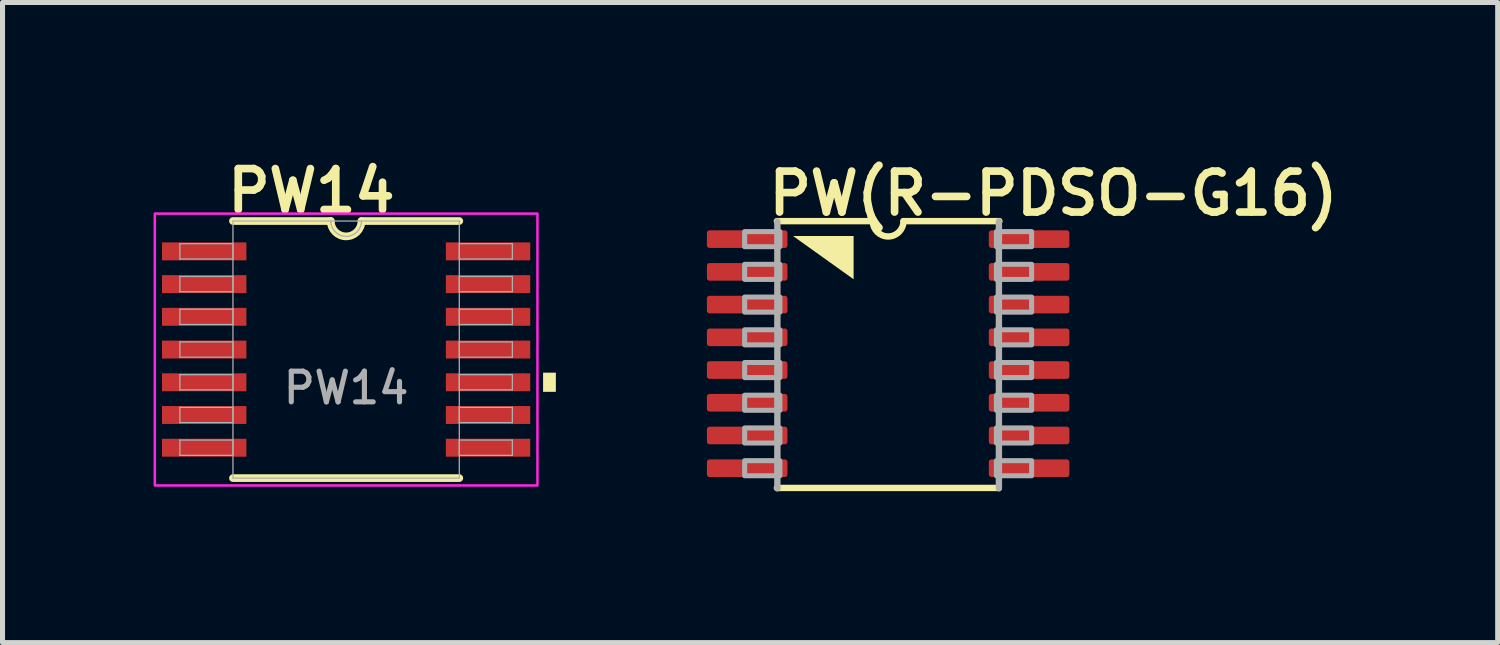
<source format=kicad_pcb>
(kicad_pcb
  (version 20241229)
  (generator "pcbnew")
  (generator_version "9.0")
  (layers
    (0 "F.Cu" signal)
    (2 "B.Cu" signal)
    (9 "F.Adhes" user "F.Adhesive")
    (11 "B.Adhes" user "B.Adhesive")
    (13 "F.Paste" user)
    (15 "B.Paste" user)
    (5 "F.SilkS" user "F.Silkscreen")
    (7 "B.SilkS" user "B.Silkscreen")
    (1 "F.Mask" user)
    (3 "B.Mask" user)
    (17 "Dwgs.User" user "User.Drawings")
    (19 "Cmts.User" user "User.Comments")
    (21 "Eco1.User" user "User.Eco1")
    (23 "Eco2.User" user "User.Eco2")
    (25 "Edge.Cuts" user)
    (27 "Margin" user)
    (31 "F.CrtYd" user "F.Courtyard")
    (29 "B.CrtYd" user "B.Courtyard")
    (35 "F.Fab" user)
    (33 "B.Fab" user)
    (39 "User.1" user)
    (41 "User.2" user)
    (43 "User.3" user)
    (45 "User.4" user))
  (footprint "PW(R-PDSO-G16)"
    (layer "F.Cu")
    (at 14.591 4)
    (property "Reference" "PW(R-PDSO-G16)" (at -2.45 -2.731 0) (layer "F.SilkS") (effects (font (size 0.813 0.813) (thickness 0.152) (bold yes)) (justify left bottom)))
    (attr smd)
    (fp_line (start -0.305 -2.658) (end -2.21 -2.658) (stroke (width 0.127) (type solid)) (layer "F.SilkS"))
    (fp_line (start 2.195 2.642) (end -2.21 2.642) (stroke (width 0.127) (type solid)) (layer "F.SilkS"))
    (fp_line (start 2.21 -2.658) (end 0.305 -2.658) (stroke (width 0.127) (type solid)) (layer "F.SilkS"))
    (fp_arc (start 0.3048 -2.6578) (mid 0 -2.353) (end -0.3048 -2.6578) (stroke (width 0.127) (type solid)) (layer "F.SilkS"))
    (fp_poly (pts (xy -0.686 -1.503) (xy -1.889 -2.362) (xy -0.686 -2.362)) (stroke (width 0) (type default)) (fill yes) (layer "F.SilkS"))
    (fp_line (start -2.2 2.65) (end -2.2 -2.65) (stroke (width 0.127) (type solid)) (layer "F.Fab"))
    (fp_line (start 2.2 2.65) (end 2.2 -2.65) (stroke (width 0.127) (type solid)) (layer "F.Fab"))
    (fp_poly (pts (xy -2.85 -2.15) (xy -2.15 -2.15) (xy -2.15 -2.45) (xy -2.85 -2.45)) (stroke (width 0.1) (type default)) (fill no) (layer "F.Fab"))
    (fp_poly (pts (xy -2.85 -1.5) (xy -2.15 -1.5) (xy -2.15 -1.8) (xy -2.85 -1.8)) (stroke (width 0.1) (type default)) (fill no) (layer "F.Fab"))
    (fp_poly (pts (xy -2.85 -0.85) (xy -2.15 -0.85) (xy -2.15 -1.15) (xy -2.85 -1.15)) (stroke (width 0.1) (type default)) (fill no) (layer "F.Fab"))
    (fp_poly (pts (xy -2.85 -0.2) (xy -2.15 -0.2) (xy -2.15 -0.5) (xy -2.85 -0.5)) (stroke (width 0.1) (type default)) (fill no) (layer "F.Fab"))
    (fp_poly (pts (xy -2.85 0.45) (xy -2.15 0.45) (xy -2.15 0.15) (xy -2.85 0.15)) (stroke (width 0.1) (type default)) (fill no) (layer "F.Fab"))
    (fp_poly (pts (xy -2.85 1.1) (xy -2.15 1.1) (xy -2.15 0.8) (xy -2.85 0.8)) (stroke (width 0.1) (type default)) (fill no) (layer "F.Fab"))
    (fp_poly (pts (xy -2.85 1.75) (xy -2.15 1.75) (xy -2.15 1.45) (xy -2.85 1.45)) (stroke (width 0.1) (type default)) (fill no) (layer "F.Fab"))
    (fp_poly (pts (xy -2.85 2.4) (xy -2.15 2.4) (xy -2.15 2.1) (xy -2.85 2.1)) (stroke (width 0.1) (type default)) (fill no) (layer "F.Fab"))
    (fp_poly (pts (xy 2.15 -2.15) (xy 2.85 -2.15) (xy 2.85 -2.45) (xy 2.15 -2.45)) (stroke (width 0.1) (type default)) (fill no) (layer "F.Fab"))
    (fp_poly (pts (xy 2.15 -1.5) (xy 2.85 -1.5) (xy 2.85 -1.8) (xy 2.15 -1.8)) (stroke (width 0.1) (type default)) (fill no) (layer "F.Fab"))
    (fp_poly (pts (xy 2.15 -0.85) (xy 2.85 -0.85) (xy 2.85 -1.15) (xy 2.15 -1.15)) (stroke (width 0.1) (type default)) (fill no) (layer "F.Fab"))
    (fp_poly (pts (xy 2.15 -0.2) (xy 2.85 -0.2) (xy 2.85 -0.5) (xy 2.15 -0.5)) (stroke (width 0.1) (type default)) (fill no) (layer "F.Fab"))
    (fp_poly (pts (xy 2.15 0.45) (xy 2.85 0.45) (xy 2.85 0.15) (xy 2.15 0.15)) (stroke (width 0.1) (type default)) (fill no) (layer "F.Fab"))
    (fp_poly (pts (xy 2.15 1.1) (xy 2.85 1.1) (xy 2.85 0.8) (xy 2.15 0.8)) (stroke (width 0.1) (type default)) (fill no) (layer "F.Fab"))
    (fp_poly (pts (xy 2.15 1.75) (xy 2.85 1.75) (xy 2.85 1.45) (xy 2.15 1.45)) (stroke (width 0.1) (type default)) (fill no) (layer "F.Fab"))
    (fp_poly (pts (xy 2.15 2.4) (xy 2.85 2.4) (xy 2.85 2.1) (xy 2.15 2.1)) (stroke (width 0.1) (type default)) (fill no) (layer "F.Fab"))
    (pad "1" smd roundrect (at -2.8 -2.3) (size 1.6 0.35) (layers "F.Cu" "F.Mask" "F.Paste") (roundrect_rratio 0.145))
    (pad "2" smd roundrect (at -2.8 -1.65) (size 1.6 0.35) (layers "F.Cu" "F.Mask" "F.Paste") (roundrect_rratio 0.145))
    (pad "3" smd roundrect (at -2.8 -1) (size 1.6 0.35) (layers "F.Cu" "F.Mask" "F.Paste") (roundrect_rratio 0.145))
    (pad "4" smd roundrect (at -2.8 -0.35) (size 1.6 0.35) (layers "F.Cu" "F.Mask" "F.Paste") (roundrect_rratio 0.145))
    (pad "5" smd roundrect (at -2.8 0.3) (size 1.6 0.35) (layers "F.Cu" "F.Mask" "F.Paste") (roundrect_rratio 0.145))
    (pad "6" smd roundrect (at -2.8 0.95) (size 1.6 0.35) (layers "F.Cu" "F.Mask" "F.Paste") (roundrect_rratio 0.145))
    (pad "7" smd roundrect (at -2.8 1.6) (size 1.6 0.35) (layers "F.Cu" "F.Mask" "F.Paste") (roundrect_rratio 0.145))
    (pad "8" smd roundrect (at -2.8 2.25) (size 1.6 0.35) (layers "F.Cu" "F.Mask" "F.Paste") (roundrect_rratio 0.145))
    (pad "9" smd roundrect (at 2.8 2.25) (size 1.6 0.35) (layers "F.Cu" "F.Mask" "F.Paste") (roundrect_rratio 0.145))
    (pad "10" smd roundrect (at 2.8 1.6) (size 1.6 0.35) (layers "F.Cu" "F.Mask" "F.Paste") (roundrect_rratio 0.145))
    (pad "11" smd roundrect (at 2.8 0.95) (size 1.6 0.35) (layers "F.Cu" "F.Mask" "F.Paste") (roundrect_rratio 0.145))
    (pad "12" smd roundrect (at 2.8 0.3) (size 1.6 0.35) (layers "F.Cu" "F.Mask" "F.Paste") (roundrect_rratio 0.145))
    (pad "13" smd roundrect (at 2.8 -0.35) (size 1.6 0.35) (layers "F.Cu" "F.Mask" "F.Paste") (roundrect_rratio 0.145))
    (pad "14" smd roundrect (at 2.8 -1) (size 1.6 0.35) (layers "F.Cu" "F.Mask" "F.Paste") (roundrect_rratio 0.145))
    (pad "15" smd roundrect (at 2.8 -1.65) (size 1.6 0.35) (layers "F.Cu" "F.Mask" "F.Paste") (roundrect_rratio 0.145))
    (pad "16" smd roundrect (at 2.8 -2.3) (size 1.6 0.35) (layers "F.Cu" "F.Mask" "F.Paste") (roundrect_rratio 0.145)))
  (footprint "PW14"
    (layer "F.Cu")
    (at 3.825 3.893)
    (property "Reference" "PW14" (at -0.69 -3.15 0) (unlocked yes) (layer "F.SilkS") (effects (font (size 0.813 0.813) (thickness 0.152) (bold yes))))
    (attr smd)
    (fp_line (start -2.248 2.553) (end 2.248 2.553) (stroke (width 0.152) (type solid)) (layer "F.SilkS"))
    (fp_line (start -0.305 -2.553) (end -2.248 -2.553) (stroke (width 0.152) (type solid)) (layer "F.SilkS"))
    (fp_line (start 2.248 -2.553) (end 0.305 -2.553) (stroke (width 0.152) (type solid)) (layer "F.SilkS"))
    (fp_arc (start 0.3048 -2.5527) (mid 0 -2.2479) (end -0.3048 -2.5527) (stroke (width 0.1524) (type solid)) (layer "F.SilkS"))
    (fp_poly (pts (xy 4.166 0.459) (xy 4.166 0.84) (xy 3.912 0.84) (xy 3.912 0.459)) (stroke (width 0) (type solid)) (fill yes) (layer "F.SilkS"))
    (fp_rect (start -3.8 -2.7) (end 3.8 2.7) (stroke (width 0.05) (type default)) (fill no) (layer "F.CrtYd"))
    (fp_line (start -3.302 -2.102) (end -3.302 -1.798) (stroke (width 0.025) (type solid)) (layer "F.Fab"))
    (fp_line (start -3.302 -1.798) (end -2.248 -1.798) (stroke (width 0.025) (type solid)) (layer "F.Fab"))
    (fp_line (start -3.302 -1.452) (end -3.302 -1.148) (stroke (width 0.025) (type solid)) (layer "F.Fab"))
    (fp_line (start -3.302 -1.148) (end -2.248 -1.148) (stroke (width 0.025) (type solid)) (layer "F.Fab"))
    (fp_line (start -3.302 -0.802) (end -3.302 -0.498) (stroke (width 0.025) (type solid)) (layer "F.Fab"))
    (fp_line (start -3.302 -0.498) (end -2.248 -0.498) (stroke (width 0.025) (type solid)) (layer "F.Fab"))
    (fp_line (start -3.302 -0.152) (end -3.302 0.152) (stroke (width 0.025) (type solid)) (layer "F.Fab"))
    (fp_line (start -3.302 0.152) (end -2.248 0.152) (stroke (width 0.025) (type solid)) (layer "F.Fab"))
    (fp_line (start -3.302 0.498) (end -3.302 0.802) (stroke (width 0.025) (type solid)) (layer "F.Fab"))
    (fp_line (start -3.302 0.802) (end -2.248 0.802) (stroke (width 0.025) (type solid)) (layer "F.Fab"))
    (fp_line (start -3.302 1.148) (end -3.302 1.452) (stroke (width 0.025) (type solid)) (layer "F.Fab"))
    (fp_line (start -3.302 1.452) (end -2.248 1.452) (stroke (width 0.025) (type solid)) (layer "F.Fab"))
    (fp_line (start -3.302 1.798) (end -3.302 2.102) (stroke (width 0.025) (type solid)) (layer "F.Fab"))
    (fp_line (start -3.302 2.102) (end -2.248 2.102) (stroke (width 0.025) (type solid)) (layer "F.Fab"))
    (fp_line (start -2.248 -2.553) (end -2.248 2.553) (stroke (width 0.025) (type solid)) (layer "F.Fab"))
    (fp_line (start -2.248 -2.102) (end -3.302 -2.102) (stroke (width 0.025) (type solid)) (layer "F.Fab"))
    (fp_line (start -2.248 -1.798) (end -2.248 -2.102) (stroke (width 0.025) (type solid)) (layer "F.Fab"))
    (fp_line (start -2.248 -1.452) (end -3.302 -1.452) (stroke (width 0.025) (type solid)) (layer "F.Fab"))
    (fp_line (start -2.248 -1.148) (end -2.248 -1.452) (stroke (width 0.025) (type solid)) (layer "F.Fab"))
    (fp_line (start -2.248 -0.802) (end -3.302 -0.802) (stroke (width 0.025) (type solid)) (layer "F.Fab"))
    (fp_line (start -2.248 -0.498) (end -2.248 -0.802) (stroke (width 0.025) (type solid)) (layer "F.Fab"))
    (fp_line (start -2.248 -0.152) (end -3.302 -0.152) (stroke (width 0.025) (type solid)) (layer "F.Fab"))
    (fp_line (start -2.248 0.152) (end -2.248 -0.152) (stroke (width 0.025) (type solid)) (layer "F.Fab"))
    (fp_line (start -2.248 0.498) (end -3.302 0.498) (stroke (width 0.025) (type solid)) (layer "F.Fab"))
    (fp_line (start -2.248 0.802) (end -2.248 0.498) (stroke (width 0.025) (type solid)) (layer "F.Fab"))
    (fp_line (start -2.248 1.148) (end -3.302 1.148) (stroke (width 0.025) (type solid)) (layer "F.Fab"))
    (fp_line (start -2.248 1.452) (end -2.248 1.148) (stroke (width 0.025) (type solid)) (layer "F.Fab"))
    (fp_line (start -2.248 1.798) (end -3.302 1.798) (stroke (width 0.025) (type solid)) (layer "F.Fab"))
    (fp_line (start -2.248 2.102) (end -2.248 1.798) (stroke (width 0.025) (type solid)) (layer "F.Fab"))
    (fp_line (start -2.248 2.553) (end 2.248 2.553) (stroke (width 0.025) (type solid)) (layer "F.Fab"))
    (fp_line (start 2.248 -2.553) (end -2.248 -2.553) (stroke (width 0.025) (type solid)) (layer "F.Fab"))
    (fp_line (start 2.248 -2.102) (end 2.248 -1.798) (stroke (width 0.025) (type solid)) (layer "F.Fab"))
    (fp_line (start 2.248 -1.798) (end 3.302 -1.798) (stroke (width 0.025) (type solid)) (layer "F.Fab"))
    (fp_line (start 2.248 -1.452) (end 2.248 -1.148) (stroke (width 0.025) (type solid)) (layer "F.Fab"))
    (fp_line (start 2.248 -1.148) (end 3.302 -1.148) (stroke (width 0.025) (type solid)) (layer "F.Fab"))
    (fp_line (start 2.248 -0.802) (end 2.248 -0.498) (stroke (width 0.025) (type solid)) (layer "F.Fab"))
    (fp_line (start 2.248 -0.498) (end 3.302 -0.498) (stroke (width 0.025) (type solid)) (layer "F.Fab"))
    (fp_line (start 2.248 -0.152) (end 2.248 0.152) (stroke (width 0.025) (type solid)) (layer "F.Fab"))
    (fp_line (start 2.248 0.152) (end 3.302 0.152) (stroke (width 0.025) (type solid)) (layer "F.Fab"))
    (fp_line (start 2.248 0.498) (end 2.248 0.802) (stroke (width 0.025) (type solid)) (layer "F.Fab"))
    (fp_line (start 2.248 0.802) (end 3.302 0.802) (stroke (width 0.025) (type solid)) (layer "F.Fab"))
    (fp_line (start 2.248 1.148) (end 2.248 1.452) (stroke (width 0.025) (type solid)) (layer "F.Fab"))
    (fp_line (start 2.248 1.452) (end 3.302 1.452) (stroke (width 0.025) (type solid)) (layer "F.Fab"))
    (fp_line (start 2.248 1.798) (end 2.248 2.102) (stroke (width 0.025) (type solid)) (layer "F.Fab"))
    (fp_line (start 2.248 2.102) (end 3.302 2.102) (stroke (width 0.025) (type solid)) (layer "F.Fab"))
    (fp_line (start 2.248 2.553) (end 2.248 -2.553) (stroke (width 0.025) (type solid)) (layer "F.Fab"))
    (fp_line (start 3.302 -2.102) (end 2.248 -2.102) (stroke (width 0.025) (type solid)) (layer "F.Fab"))
    (fp_line (start 3.302 -1.798) (end 3.302 -2.102) (stroke (width 0.025) (type solid)) (layer "F.Fab"))
    (fp_line (start 3.302 -1.452) (end 2.248 -1.452) (stroke (width 0.025) (type solid)) (layer "F.Fab"))
    (fp_line (start 3.302 -1.148) (end 3.302 -1.452) (stroke (width 0.025) (type solid)) (layer "F.Fab"))
    (fp_line (start 3.302 -0.802) (end 2.248 -0.802) (stroke (width 0.025) (type solid)) (layer "F.Fab"))
    (fp_line (start 3.302 -0.498) (end 3.302 -0.802) (stroke (width 0.025) (type solid)) (layer "F.Fab"))
    (fp_line (start 3.302 -0.152) (end 2.248 -0.152) (stroke (width 0.025) (type solid)) (layer "F.Fab"))
    (fp_line (start 3.302 0.152) (end 3.302 -0.152) (stroke (width 0.025) (type solid)) (layer "F.Fab"))
    (fp_line (start 3.302 0.498) (end 2.248 0.498) (stroke (width 0.025) (type solid)) (layer "F.Fab"))
    (fp_line (start 3.302 0.802) (end 3.302 0.498) (stroke (width 0.025) (type solid)) (layer "F.Fab"))
    (fp_line (start 3.302 1.148) (end 2.248 1.148) (stroke (width 0.025) (type solid)) (layer "F.Fab"))
    (fp_line (start 3.302 1.452) (end 3.302 1.148) (stroke (width 0.025) (type solid)) (layer "F.Fab"))
    (fp_line (start 3.302 1.798) (end 2.248 1.798) (stroke (width 0.025) (type solid)) (layer "F.Fab"))
    (fp_line (start 3.302 2.102) (end 3.302 1.798) (stroke (width 0.025) (type solid)) (layer "F.Fab"))
    (fp_arc (start 0.3048 -2.5527) (mid 0 -2.2479) (end -0.3048 -2.5527) (stroke (width 0.0254) (type solid)) (layer "F.Fab"))
    (fp_text user "${REFERENCE}" (at 0 0.762 0) (unlocked yes) (layer "F.Fab") (effects (font (size 0.61 0.61) (thickness 0.102) (bold yes))))
    (pad "1" smd rect (at -2.819 -1.95) (size 1.676 0.356) (layers "F.Cu" "F.Mask" "F.Paste"))
    (pad "2" smd rect (at -2.819 -1.3) (size 1.676 0.356) (layers "F.Cu" "F.Mask" "F.Paste"))
    (pad "3" smd rect (at -2.819 -0.65) (size 1.676 0.356) (layers "F.Cu" "F.Mask" "F.Paste"))
    (pad "4" smd rect (at -2.819 0) (size 1.676 0.356) (layers "F.Cu" "F.Mask" "F.Paste"))
    (pad "5" smd rect (at -2.819 0.65) (size 1.676 0.356) (layers "F.Cu" "F.Mask" "F.Paste"))
    (pad "6" smd rect (at -2.819 1.3) (size 1.676 0.356) (layers "F.Cu" "F.Mask" "F.Paste"))
    (pad "7" smd rect (at -2.819 1.95) (size 1.676 0.356) (layers "F.Cu" "F.Mask" "F.Paste"))
    (pad "8" smd rect (at 2.819 1.95) (size 1.676 0.356) (layers "F.Cu" "F.Mask" "F.Paste"))
    (pad "9" smd rect (at 2.819 1.3) (size 1.676 0.356) (layers "F.Cu" "F.Mask" "F.Paste"))
    (pad "10" smd rect (at 2.819 0.65) (size 1.676 0.356) (layers "F.Cu" "F.Mask" "F.Paste"))
    (pad "11" smd rect (at 2.819 0) (size 1.676 0.356) (layers "F.Cu" "F.Mask" "F.Paste"))
    (pad "12" smd rect (at 2.819 -0.65) (size 1.676 0.356) (layers "F.Cu" "F.Mask" "F.Paste"))
    (pad "13" smd rect (at 2.819 -1.3) (size 1.676 0.356) (layers "F.Cu" "F.Mask" "F.Paste"))
    (pad "14" smd rect (at 2.819 -1.95) (size 1.676 0.356) (layers "F.Cu" "F.Mask" "F.Paste")))
  (gr_rect
    (start -3 -3)
    (end 26.698 9.714)
    (stroke (width 0.1) (type default))
    (fill no)
    (layer "Edge.Cuts")))
</source>
